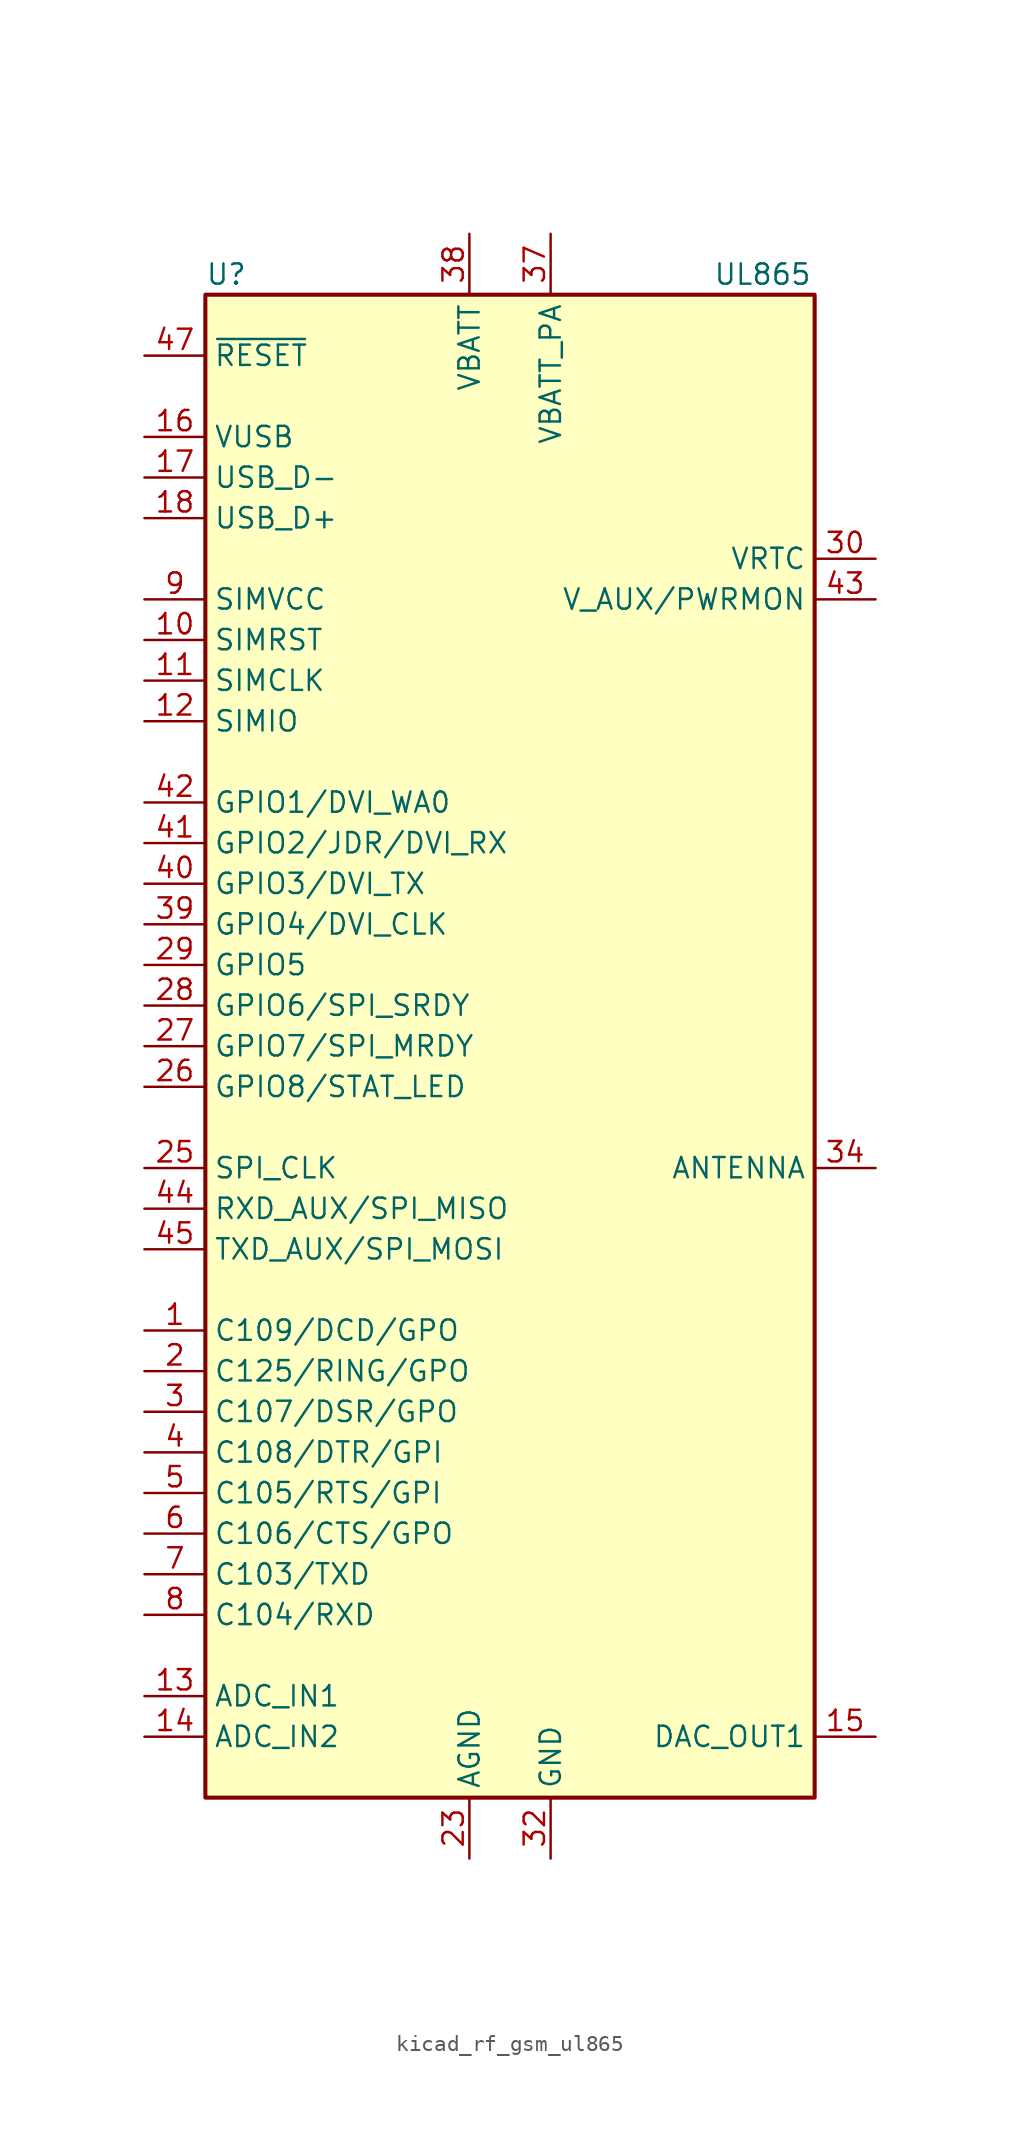
<source format=kicad_sym>
(kicad_symbol_lib
  (version 20220914)
  (generator kicad_symbol_editor)
  (symbol "kicad_rf_gsm_ul865"
    (property "Reference" "U"
      (at -19.05 43.18 0)
      (effects (font (size 1.27 1.27)) (justify left)))
    (property "Value" "UL865"
      (at 12.7 43.18 0)
      (effects (font (size 1.27 1.27)) (justify left)))
    (symbol "kicad_rf_gsm_ul865_0_1"
      (rectangle (start -19.05 41.91) (end 19.05 -52.07) (stroke (width 0.254) (type default)) (fill (type background))))
    (symbol "kicad_rf_gsm_ul865_1_1"
      (pin output line (at -22.86 -22.86 0) (length 3.81) (name "C109/DCD/GPO" (effects (font (size 1.27 1.27)))) (number "1" (effects (font (size 1.27 1.27)))))
      (pin output line (at -22.86 20.32 0) (length 3.81) (name "SIMRST" (effects (font (size 1.27 1.27)))) (number "10" (effects (font (size 1.27 1.27)))))
      (pin output line (at -22.86 17.78 0) (length 3.81) (name "SIMCLK" (effects (font (size 1.27 1.27)))) (number "11" (effects (font (size 1.27 1.27)))))
      (pin bidirectional line (at -22.86 15.24 0) (length 3.81) (name "SIMIO" (effects (font (size 1.27 1.27)))) (number "12" (effects (font (size 1.27 1.27)))))
      (pin input line (at -22.86 -45.72 0) (length 3.81) (name "ADC_IN1" (effects (font (size 1.27 1.27)))) (number "13" (effects (font (size 1.27 1.27)))))
      (pin input line (at -22.86 -48.26 0) (length 3.81) (name "ADC_IN2" (effects (font (size 1.27 1.27)))) (number "14" (effects (font (size 1.27 1.27)))))
      (pin output line (at 22.86 -48.26 180) (length 3.81) (name "DAC_OUT1" (effects (font (size 1.27 1.27)))) (number "15" (effects (font (size 1.27 1.27)))))
      (pin input line (at -22.86 33.02 0) (length 3.81) (name "VUSB" (effects (font (size 1.27 1.27)))) (number "16" (effects (font (size 1.27 1.27)))))
      (pin bidirectional line (at -22.86 30.48 0) (length 3.81) (name "USB_D-" (effects (font (size 1.27 1.27)))) (number "17" (effects (font (size 1.27 1.27)))))
      (pin bidirectional line (at -22.86 27.94 0) (length 3.81) (name "USB_D+" (effects (font (size 1.27 1.27)))) (number "18" (effects (font (size 1.27 1.27)))))
      (pin no_connect line (at 19.05 -17.78 180) (length 3.81) hide (name "NC" (effects (font (size 1.27 1.27)))) (number "19" (effects (font (size 1.27 1.27)))))
      (pin output line (at -22.86 -25.4 0) (length 3.81) (name "C125/RING/GPO" (effects (font (size 1.27 1.27)))) (number "2" (effects (font (size 1.27 1.27)))))
      (pin no_connect line (at 19.05 -20.32 180) (length 3.81) hide (name "NC" (effects (font (size 1.27 1.27)))) (number "20" (effects (font (size 1.27 1.27)))))
      (pin no_connect line (at 19.05 -22.86 180) (length 3.81) hide (name "NC" (effects (font (size 1.27 1.27)))) (number "21" (effects (font (size 1.27 1.27)))))
      (pin no_connect line (at 19.05 -25.4 180) (length 3.81) hide (name "NC" (effects (font (size 1.27 1.27)))) (number "22" (effects (font (size 1.27 1.27)))))
      (pin power_in line (at -2.54 -55.88 90) (length 3.81) (name "AGND" (effects (font (size 1.27 1.27)))) (number "23" (effects (font (size 1.27 1.27)))))
      (pin no_connect line (at 19.05 -30.48 180) (length 3.81) hide (name "NC" (effects (font (size 1.27 1.27)))) (number "24" (effects (font (size 1.27 1.27)))))
      (pin bidirectional line (at -22.86 -12.7 0) (length 3.81) (name "SPI_CLK" (effects (font (size 1.27 1.27)))) (number "25" (effects (font (size 1.27 1.27)))))
      (pin bidirectional line (at -22.86 -7.62 0) (length 3.81) (name "GPIO8/STAT_LED" (effects (font (size 1.27 1.27)))) (number "26" (effects (font (size 1.27 1.27)))))
      (pin bidirectional line (at -22.86 -5.08 0) (length 3.81) (name "GPIO7/SPI_MRDY" (effects (font (size 1.27 1.27)))) (number "27" (effects (font (size 1.27 1.27)))))
      (pin bidirectional line (at -22.86 -2.54 0) (length 3.81) (name "GPIO6/SPI_SRDY" (effects (font (size 1.27 1.27)))) (number "28" (effects (font (size 1.27 1.27)))))
      (pin bidirectional line (at -22.86 0 0) (length 3.81) (name "GPIO5" (effects (font (size 1.27 1.27)))) (number "29" (effects (font (size 1.27 1.27)))))
      (pin output line (at -22.86 -27.94 0) (length 3.81) (name "C107/DSR/GPO" (effects (font (size 1.27 1.27)))) (number "3" (effects (font (size 1.27 1.27)))))
      (pin power_out line (at 22.86 25.4 180) (length 3.81) (name "VRTC" (effects (font (size 1.27 1.27)))) (number "30" (effects (font (size 1.27 1.27)))))
      (pin no_connect line (at 19.05 -33.02 180) (length 3.81) hide (name "NC" (effects (font (size 1.27 1.27)))) (number "31" (effects (font (size 1.27 1.27)))))
      (pin power_in line (at 2.54 -55.88 90) (length 3.81) (name "GND" (effects (font (size 1.27 1.27)))) (number "32" (effects (font (size 1.27 1.27)))))
      (pin passive line (at 2.54 -55.88 90) (length 3.81) hide (name "GND" (effects (font (size 1.27 1.27)))) (number "33" (effects (font (size 1.27 1.27)))))
      (pin bidirectional line (at 22.86 -12.7 180) (length 3.81) (name "ANTENNA" (effects (font (size 1.27 1.27)))) (number "34" (effects (font (size 1.27 1.27)))))
      (pin passive line (at 2.54 -55.88 90) (length 3.81) hide (name "GND" (effects (font (size 1.27 1.27)))) (number "35" (effects (font (size 1.27 1.27)))))
      (pin passive line (at 2.54 -55.88 90) (length 3.81) hide (name "GND" (effects (font (size 1.27 1.27)))) (number "36" (effects (font (size 1.27 1.27)))))
      (pin power_in line (at 2.54 45.72 270) (length 3.81) (name "VBATT_PA" (effects (font (size 1.27 1.27)))) (number "37" (effects (font (size 1.27 1.27)))))
      (pin power_in line (at -2.54 45.72 270) (length 3.81) (name "VBATT" (effects (font (size 1.27 1.27)))) (number "38" (effects (font (size 1.27 1.27)))))
      (pin bidirectional line (at -22.86 2.54 0) (length 3.81) (name "GPIO4/DVI_CLK" (effects (font (size 1.27 1.27)))) (number "39" (effects (font (size 1.27 1.27)))))
      (pin input line (at -22.86 -30.48 0) (length 3.81) (name "C108/DTR/GPI" (effects (font (size 1.27 1.27)))) (number "4" (effects (font (size 1.27 1.27)))))
      (pin bidirectional line (at -22.86 5.08 0) (length 3.81) (name "GPIO3/DVI_TX" (effects (font (size 1.27 1.27)))) (number "40" (effects (font (size 1.27 1.27)))))
      (pin bidirectional line (at -22.86 7.62 0) (length 3.81) (name "GPIO2/JDR/DVI_RX" (effects (font (size 1.27 1.27)))) (number "41" (effects (font (size 1.27 1.27)))))
      (pin bidirectional line (at -22.86 10.16 0) (length 3.81) (name "GPIO1/DVI_WA0" (effects (font (size 1.27 1.27)))) (number "42" (effects (font (size 1.27 1.27)))))
      (pin power_out line (at 22.86 22.86 180) (length 3.81) (name "V_AUX/PWRMON" (effects (font (size 1.27 1.27)))) (number "43" (effects (font (size 1.27 1.27)))))
      (pin bidirectional line (at -22.86 -15.24 0) (length 3.81) (name "RXD_AUX/SPI_MISO" (effects (font (size 1.27 1.27)))) (number "44" (effects (font (size 1.27 1.27)))))
      (pin bidirectional line (at -22.86 -17.78 0) (length 3.81) (name "TXD_AUX/SPI_MOSI" (effects (font (size 1.27 1.27)))) (number "45" (effects (font (size 1.27 1.27)))))
      (pin passive line (at 2.54 -55.88 90) (length 3.81) hide (name "GND" (effects (font (size 1.27 1.27)))) (number "46" (effects (font (size 1.27 1.27)))))
      (pin input line (at -22.86 38.1 0) (length 3.81) (name "~{RESET}" (effects (font (size 1.27 1.27)))) (number "47" (effects (font (size 1.27 1.27)))))
      (pin no_connect line (at 19.05 -35.56 180) (length 3.81) hide (name "NC" (effects (font (size 1.27 1.27)))) (number "48" (effects (font (size 1.27 1.27)))))
      (pin input line (at -22.86 -33.02 0) (length 3.81) (name "C105/RTS/GPI" (effects (font (size 1.27 1.27)))) (number "5" (effects (font (size 1.27 1.27)))))
      (pin output line (at -22.86 -35.56 0) (length 3.81) (name "C106/CTS/GPO" (effects (font (size 1.27 1.27)))) (number "6" (effects (font (size 1.27 1.27)))))
      (pin input line (at -22.86 -38.1 0) (length 3.81) (name "C103/TXD" (effects (font (size 1.27 1.27)))) (number "7" (effects (font (size 1.27 1.27)))))
      (pin output line (at -22.86 -40.64 0) (length 3.81) (name "C104/RXD" (effects (font (size 1.27 1.27)))) (number "8" (effects (font (size 1.27 1.27)))))
      (pin power_out line (at -22.86 22.86 0) (length 3.81) (name "SIMVCC" (effects (font (size 1.27 1.27)))) (number "9" (effects (font (size 1.27 1.27))))))))
</source>
